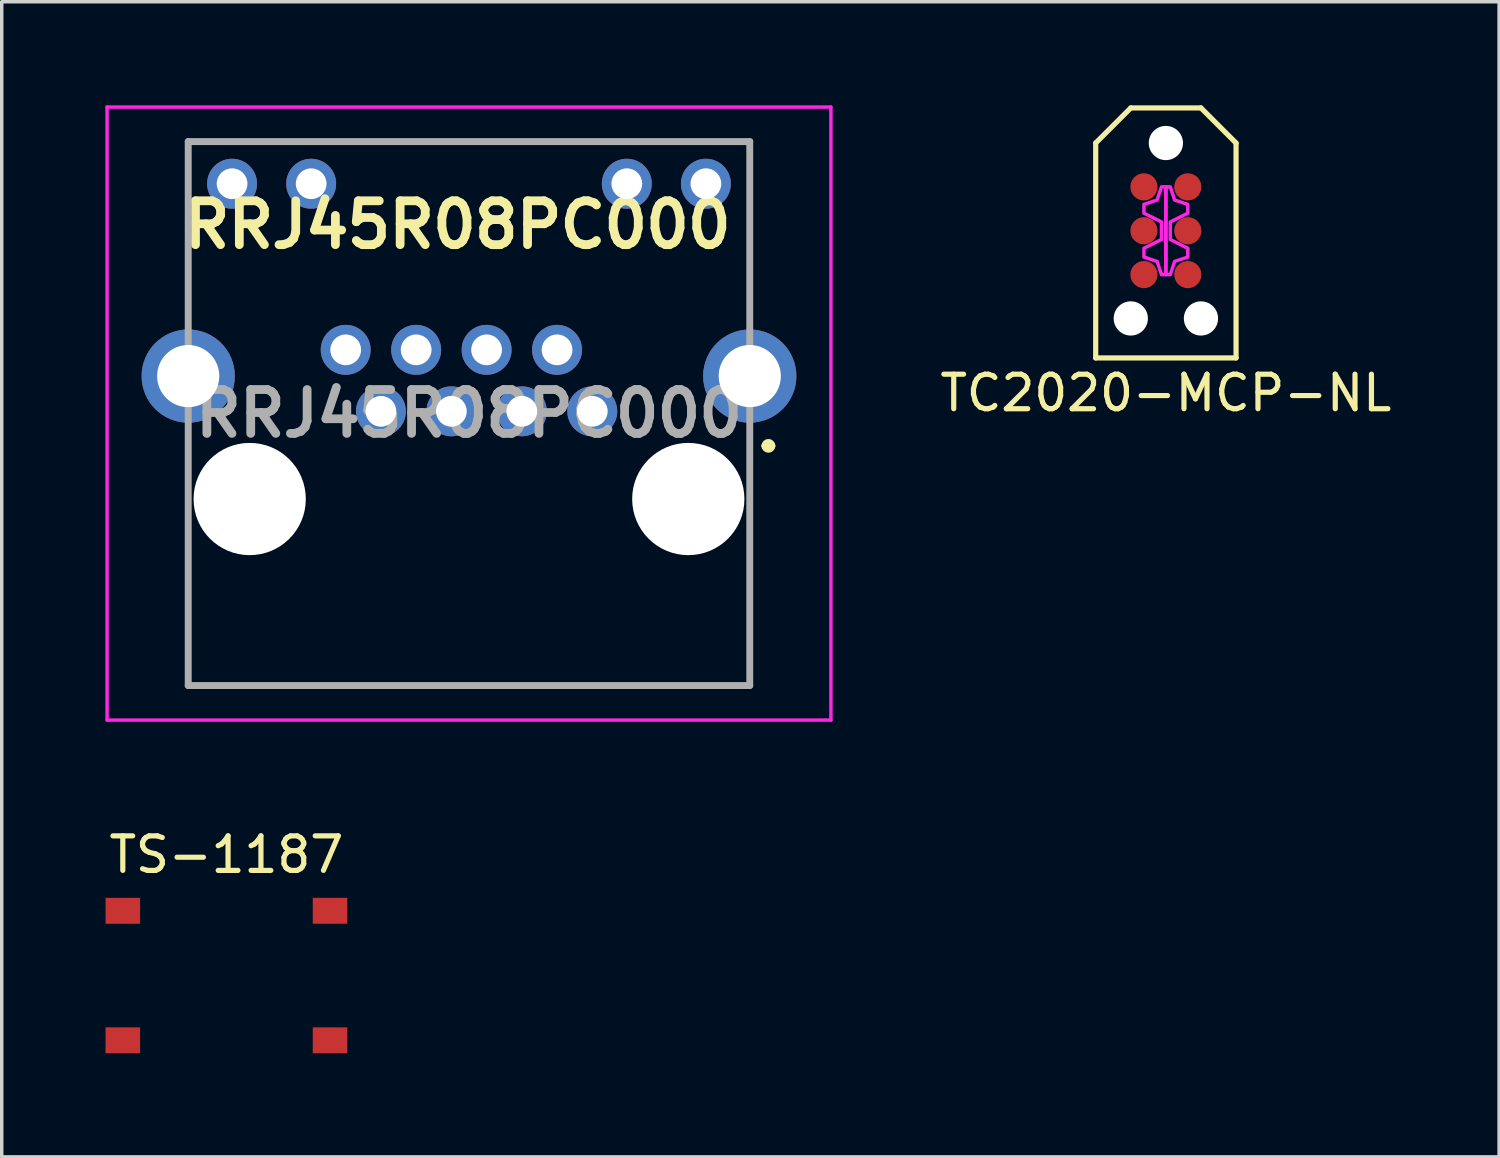
<source format=kicad_pcb>
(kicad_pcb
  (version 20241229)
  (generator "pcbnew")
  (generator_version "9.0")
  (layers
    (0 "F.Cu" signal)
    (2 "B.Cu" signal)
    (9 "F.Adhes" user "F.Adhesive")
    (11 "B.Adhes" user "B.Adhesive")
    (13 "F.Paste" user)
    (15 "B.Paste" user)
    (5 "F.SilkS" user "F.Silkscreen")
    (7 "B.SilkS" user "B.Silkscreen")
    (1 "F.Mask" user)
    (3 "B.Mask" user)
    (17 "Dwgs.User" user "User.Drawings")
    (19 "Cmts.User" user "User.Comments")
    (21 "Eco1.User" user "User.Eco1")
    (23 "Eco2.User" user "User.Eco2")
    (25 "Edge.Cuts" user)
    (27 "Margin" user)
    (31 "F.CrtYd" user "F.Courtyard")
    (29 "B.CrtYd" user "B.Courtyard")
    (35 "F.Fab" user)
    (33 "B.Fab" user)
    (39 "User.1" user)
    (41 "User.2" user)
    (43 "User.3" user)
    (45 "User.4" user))
  (footprint "TC2020-MCP-NL"
    (layer "F.Cu")
    (at 30.709 3.631)
    (property "Reference" "TC2020-MCP-NL" (at 0 4.699 0) (layer "F.SilkS") (effects (font (size 1 1) (thickness 0.15))))
    (attr through_hole)
    (fp_line (start -2.032 -2.54) (end -2.032 3.683) (stroke (width 0.15) (type solid)) (layer "F.SilkS"))
    (fp_line (start -2.032 3.683) (end 2.032 3.683) (stroke (width 0.15) (type solid)) (layer "F.SilkS"))
    (fp_line (start -1.016 -3.556) (end -2.032 -2.54) (stroke (width 0.15) (type solid)) (layer "F.SilkS"))
    (fp_line (start 1.016 -3.556) (end -1.016 -3.556) (stroke (width 0.15) (type solid)) (layer "F.SilkS"))
    (fp_line (start 2.032 -2.54) (end 1.016 -3.556) (stroke (width 0.15) (type solid)) (layer "F.SilkS"))
    (fp_line (start 2.032 3.683) (end 2.032 -2.54) (stroke (width 0.15) (type solid)) (layer "F.SilkS"))
    (fp_poly (pts (xy 0 -1.27) (xy -0.127 -1.27) (xy -0.254 -0.889) (xy -0.635 -0.762) (xy -0.635 -0.508) (xy -0.127 -0.254) (xy -0.127 0.254) (xy -0.635 0.508) (xy -0.635 0.762) (xy -0.254 0.889) (xy -0.127 1.27) (xy 0 1.27)) (stroke (width 0.1) (type solid)) (fill no) (layer "F.CrtYd"))
    (fp_poly (pts (xy 0 1.27) (xy 0.127 1.27) (xy 0.254 0.889) (xy 0.635 0.762) (xy 0.635 0.508) (xy 0.127 0.254) (xy 0.127 -0.254) (xy 0.635 -0.508) (xy 0.635 -0.762) (xy 0.254 -0.889) (xy 0.127 -1.27) (xy 0 -1.27)) (stroke (width 0.1) (type solid)) (fill no) (layer "F.CrtYd"))
    (pad "" np_thru_hole circle (at -1.016 2.54) (size 0.991 0.991) (drill 0.991) (layers "*.Cu" "*.Mask"))
    (pad "" np_thru_hole circle (at 0 -2.54) (size 0.991 0.991) (drill 0.991) (layers "*.Cu" "*.Mask"))
    (pad "" np_thru_hole circle (at 1.016 2.54) (size 0.991 0.991) (drill 0.991) (layers "*.Cu" "*.Mask"))
    (pad "1" smd circle (at -0.635 -1.27) (size 0.787 0.787) (layers "F.Cu" "F.Mask"))
    (pad "2" smd circle (at 0.635 -1.27) (size 0.787 0.787) (layers "F.Cu" "F.Mask"))
    (pad "3" smd circle (at -0.635 0) (size 0.787 0.787) (layers "F.Cu" "F.Mask"))
    (pad "4" smd circle (at 0.635 0) (size 0.787 0.787) (layers "F.Cu" "F.Mask"))
    (pad "5" smd circle (at -0.635 1.27) (size 0.787 0.787) (layers "F.Cu" "F.Mask"))
    (pad "6" smd circle (at 0.635 1.27) (size 0.787 0.787) (layers "F.Cu" "F.Mask")))
  (footprint "TS-1187"
    (layer "F.Cu")
    (at 3.506 25.198)
    (property "Reference" "TS-1187" (at 0 -3.5 0) (layer "F.SilkS") (effects (font (size 1 1) (thickness 0.15))))
    (attr through_hole)
    (pad "1" smd rect (at -3 1.875) (size 1 0.75) (layers "F.Cu" "F.Mask" "F.Paste"))
    (pad "1" smd rect (at 3 1.875) (size 1 0.75) (layers "F.Cu" "F.Mask" "F.Paste"))
    (pad "2" smd rect (at -3 -1.875) (size 1 0.75) (layers "F.Cu" "F.Mask" "F.Paste"))
    (pad "2" smd rect (at 3 -1.875) (size 1 0.75) (layers "F.Cu" "F.Mask" "F.Paste")))
  (footprint "RRJ45R08PC000"
    (layer "F.Cu")
    (at 14.1 8.86)
    (property "Reference" "RRJ45R08PC000" (at -3.9 -5.4 0) (layer "F.SilkS") (effects (font (size 1.27 1.27) (thickness 0.254))))
    (attr through_hole)
    (fp_line (start -11.72 -7.81) (end 4.56 -7.81) (stroke (width 0.1) (type solid)) (layer "F.SilkS"))
    (fp_line (start -11.72 -2.96) (end -11.72 -7.81) (stroke (width 0.1) (type solid)) (layer "F.SilkS"))
    (fp_line (start -11.7 0.54) (end -11.7 7.94) (stroke (width 0.1) (type solid)) (layer "F.SilkS"))
    (fp_line (start -11.7 7.94) (end 4.56 7.94) (stroke (width 0.1) (type solid)) (layer "F.SilkS"))
    (fp_line (start 4.56 -7.81) (end 4.56 -2.96) (stroke (width 0.1) (type solid)) (layer "F.SilkS"))
    (fp_line (start 4.56 7.94) (end 4.56 0.54) (stroke (width 0.1) (type solid)) (layer "F.SilkS"))
    (fp_line (start 5 1) (end 5 1) (stroke (width 0.2) (type solid)) (layer "F.SilkS"))
    (fp_line (start 5.2 1) (end 5.2 1) (stroke (width 0.2) (type solid)) (layer "F.SilkS"))
    (fp_arc (start 5 1) (mid 5.1 0.9) (end 5.2 1) (stroke (width 0.2) (type solid)) (layer "F.SilkS"))
    (fp_arc (start 5.2 1) (mid 5.1 1.1) (end 5 1) (stroke (width 0.2) (type solid)) (layer "F.SilkS"))
    (fp_line (start -14.05 -8.81) (end 6.91 -8.81) (stroke (width 0.1) (type solid)) (layer "F.CrtYd"))
    (fp_line (start -14.05 8.94) (end -14.05 -8.81) (stroke (width 0.1) (type solid)) (layer "F.CrtYd"))
    (fp_line (start 6.91 -8.81) (end 6.91 8.94) (stroke (width 0.1) (type solid)) (layer "F.CrtYd"))
    (fp_line (start 6.91 8.94) (end -14.05 8.94) (stroke (width 0.1) (type solid)) (layer "F.CrtYd"))
    (fp_line (start -11.7 -7.81) (end 4.56 -7.81) (stroke (width 0.2) (type solid)) (layer "F.Fab"))
    (fp_line (start -11.7 7.94) (end -11.7 -7.81) (stroke (width 0.2) (type solid)) (layer "F.Fab"))
    (fp_line (start 4.56 -7.81) (end 4.56 7.94) (stroke (width 0.2) (type solid)) (layer "F.Fab"))
    (fp_line (start 4.56 7.94) (end -11.7 7.94) (stroke (width 0.2) (type solid)) (layer "F.Fab"))
    (fp_text user "${REFERENCE}" (at -3.57 0.065 0) (layer "F.Fab") (effects (font (size 1.27 1.27) (thickness 0.254))))
    (pad "" np_thru_hole circle (at -9.92 2.54) (size 3.25 3.25) (drill 3.25) (layers "*.Cu" "*.Mask"))
    (pad "" np_thru_hole circle (at 2.78 2.54) (size 3.25 3.25) (drill 3.25) (layers "*.Cu" "*.Mask"))
    (pad "1" thru_hole circle (at 0 0) (size 1.446 1.446) (drill 0.89) (layers "*.Cu" "*.Mask"))
    (pad "2" thru_hole circle (at -1.02 -1.78) (size 1.446 1.446) (drill 0.89) (layers "*.Cu" "*.Mask"))
    (pad "3" thru_hole circle (at -2.04 0) (size 1.446 1.446) (drill 0.89) (layers "*.Cu" "*.Mask"))
    (pad "4" thru_hole circle (at -3.06 -1.78) (size 1.446 1.446) (drill 0.89) (layers "*.Cu" "*.Mask"))
    (pad "5" thru_hole circle (at -4.08 0) (size 1.446 1.446) (drill 0.89) (layers "*.Cu" "*.Mask"))
    (pad "6" thru_hole circle (at -5.1 -1.78) (size 1.446 1.446) (drill 0.89) (layers "*.Cu" "*.Mask"))
    (pad "7" thru_hole circle (at -6.12 0) (size 1.446 1.446) (drill 0.89) (layers "*.Cu" "*.Mask"))
    (pad "8" thru_hole circle (at -7.14 -1.78) (size 1.446 1.446) (drill 0.89) (layers "*.Cu" "*.Mask"))
    (pad "9" thru_hole circle (at 3.29 -6.59) (size 1.446 1.446) (drill 0.89) (layers "*.Cu" "*.Mask"))
    (pad "10" thru_hole circle (at 1 -6.59) (size 1.446 1.446) (drill 0.89) (layers "*.Cu" "*.Mask"))
    (pad "11" thru_hole circle (at -8.14 -6.59) (size 1.446 1.446) (drill 0.89) (layers "*.Cu" "*.Mask"))
    (pad "12" thru_hole circle (at -10.43 -6.59) (size 1.446 1.446) (drill 0.89) (layers "*.Cu" "*.Mask"))
    (pad "MH1" thru_hole circle (at -11.7 -1.02) (size 2.7 2.7) (drill 1.8) (layers "*.Cu" "*.Mask"))
    (pad "MH2" thru_hole circle (at 4.56 -1.02) (size 2.7 2.7) (drill 1.8) (layers "*.Cu" "*.Mask")))
  (gr_rect
    (start -3 -3)
    (end 40.358 30.448)
    (stroke (width 0.1) (type default))
    (fill no)
    (layer "Edge.Cuts")))
</source>
